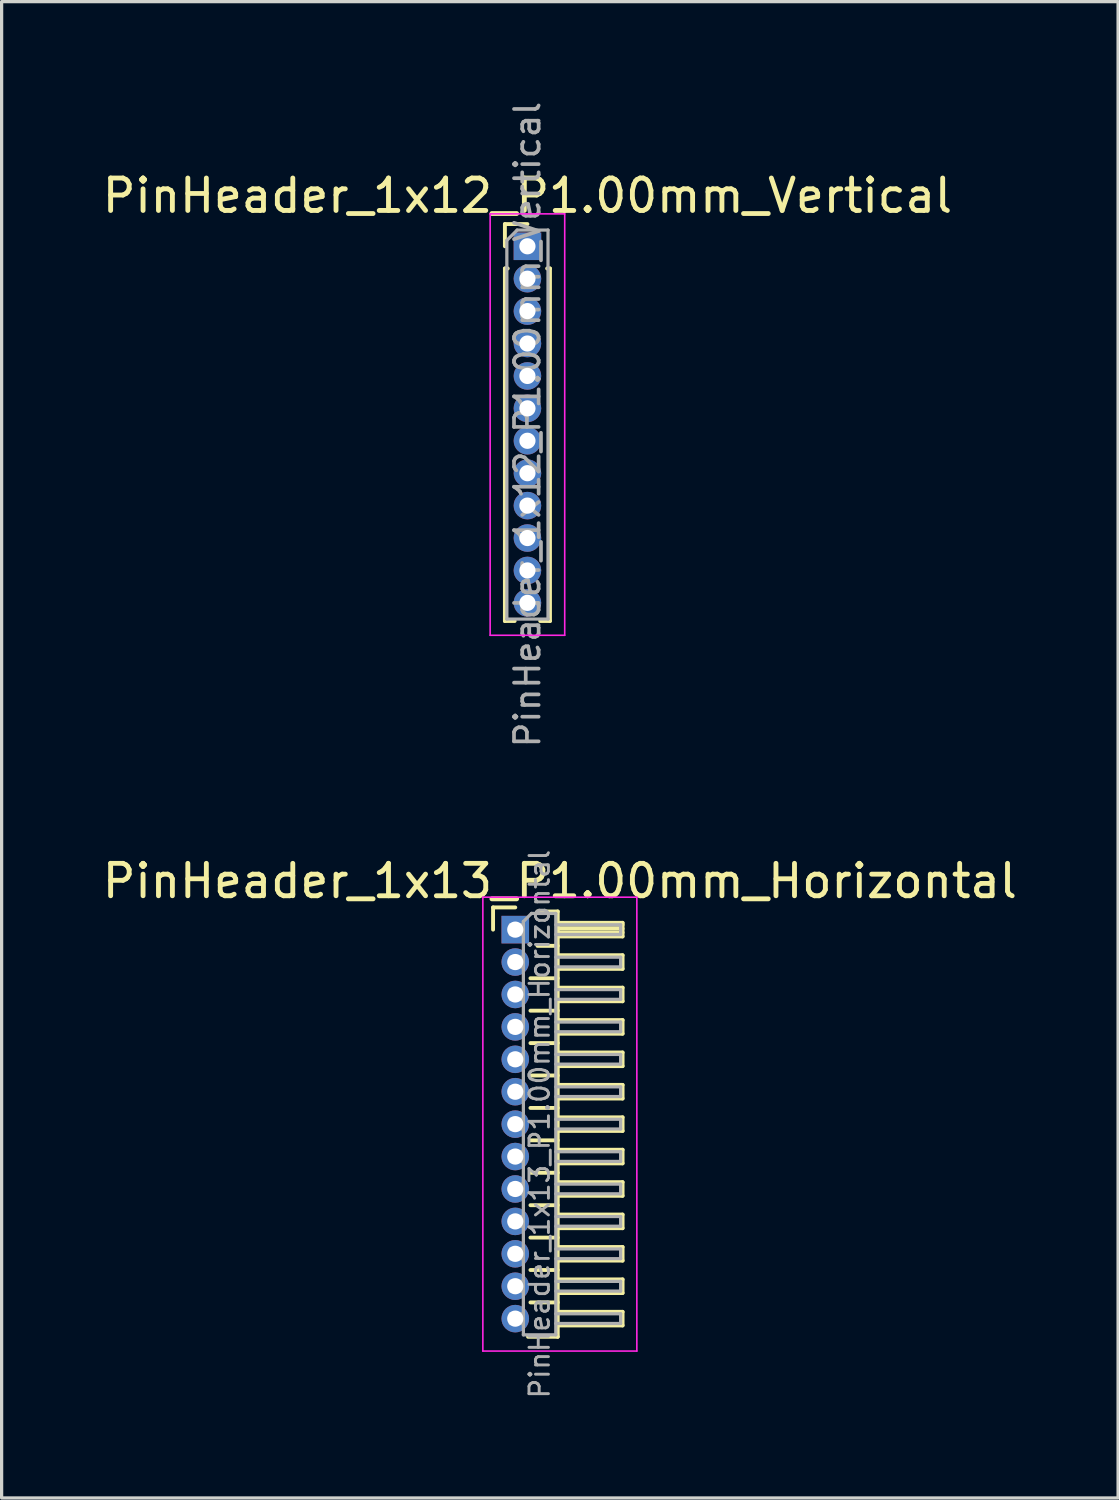
<source format=kicad_pcb>
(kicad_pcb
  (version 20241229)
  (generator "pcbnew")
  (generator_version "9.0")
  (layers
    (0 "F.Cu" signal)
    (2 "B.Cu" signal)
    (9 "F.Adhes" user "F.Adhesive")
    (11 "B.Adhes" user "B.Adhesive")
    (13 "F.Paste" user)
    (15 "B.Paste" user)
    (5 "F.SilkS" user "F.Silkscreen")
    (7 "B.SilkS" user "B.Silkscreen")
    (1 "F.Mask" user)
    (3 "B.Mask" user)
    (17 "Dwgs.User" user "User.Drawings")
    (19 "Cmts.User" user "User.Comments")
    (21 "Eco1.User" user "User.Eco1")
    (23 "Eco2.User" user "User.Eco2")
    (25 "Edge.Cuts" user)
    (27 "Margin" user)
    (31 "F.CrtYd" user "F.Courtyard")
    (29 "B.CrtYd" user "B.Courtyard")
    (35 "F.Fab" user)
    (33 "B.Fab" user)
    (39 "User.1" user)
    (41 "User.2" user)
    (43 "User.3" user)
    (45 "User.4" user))
  (footprint "PinHeader_1x12_P1.00mm_Vertical"
    (layer "F.Cu")
    (at 13.22 4.547)
    (property "Reference" "PinHeader_1x12_P1.00mm_Vertical" (at 0 -1.56 0) (layer "F.SilkS") (effects (font (size 1 1) (thickness 0.15))))
    (attr through_hole)
    (fp_line (start -0.695 -0.685) (end 0 -0.685) (stroke (width 0.12) (type solid)) (layer "F.SilkS"))
    (fp_line (start -0.695 0) (end -0.695 -0.685) (stroke (width 0.12) (type solid)) (layer "F.SilkS"))
    (fp_line (start -0.695 0.685) (end -0.695 11.56) (stroke (width 0.12) (type solid)) (layer "F.SilkS"))
    (fp_line (start -0.695 0.685) (end -0.608 0.685) (stroke (width 0.12) (type solid)) (layer "F.SilkS"))
    (fp_line (start -0.695 11.56) (end -0.394 11.56) (stroke (width 0.12) (type solid)) (layer "F.SilkS"))
    (fp_line (start 0.394 11.56) (end 0.695 11.56) (stroke (width 0.12) (type solid)) (layer "F.SilkS"))
    (fp_line (start 0.608 0.685) (end 0.695 0.685) (stroke (width 0.12) (type solid)) (layer "F.SilkS"))
    (fp_line (start 0.695 0.685) (end 0.695 11.56) (stroke (width 0.12) (type solid)) (layer "F.SilkS"))
    (fp_line (start -1.15 -1) (end -1.15 12) (stroke (width 0.05) (type solid)) (layer "F.CrtYd"))
    (fp_line (start -1.15 12) (end 1.15 12) (stroke (width 0.05) (type solid)) (layer "F.CrtYd"))
    (fp_line (start 1.15 -1) (end -1.15 -1) (stroke (width 0.05) (type solid)) (layer "F.CrtYd"))
    (fp_line (start 1.15 12) (end 1.15 -1) (stroke (width 0.05) (type solid)) (layer "F.CrtYd"))
    (fp_line (start -0.635 -0.182) (end -0.318 -0.5) (stroke (width 0.1) (type solid)) (layer "F.Fab"))
    (fp_line (start -0.635 11.5) (end -0.635 -0.182) (stroke (width 0.1) (type solid)) (layer "F.Fab"))
    (fp_line (start -0.318 -0.5) (end 0.635 -0.5) (stroke (width 0.1) (type solid)) (layer "F.Fab"))
    (fp_line (start 0.635 -0.5) (end 0.635 11.5) (stroke (width 0.1) (type solid)) (layer "F.Fab"))
    (fp_line (start 0.635 11.5) (end -0.635 11.5) (stroke (width 0.1) (type solid)) (layer "F.Fab"))
    (fp_text user "${REFERENCE}" (at 0 5.5 90) (layer "F.Fab") (effects (font (size 0.76 0.76) (thickness 0.114))))
    (pad "1" thru_hole rect (at 0 0) (size 0.85 0.85) (drill 0.5) (layers "*.Cu" "*.Mask"))
    (pad "2" thru_hole oval (at 0 1) (size 0.85 0.85) (drill 0.5) (layers "*.Cu" "*.Mask"))
    (pad "3" thru_hole oval (at 0 2) (size 0.85 0.85) (drill 0.5) (layers "*.Cu" "*.Mask"))
    (pad "4" thru_hole oval (at 0 3) (size 0.85 0.85) (drill 0.5) (layers "*.Cu" "*.Mask"))
    (pad "5" thru_hole oval (at 0 4) (size 0.85 0.85) (drill 0.5) (layers "*.Cu" "*.Mask"))
    (pad "6" thru_hole oval (at 0 5) (size 0.85 0.85) (drill 0.5) (layers "*.Cu" "*.Mask"))
    (pad "7" thru_hole oval (at 0 6) (size 0.85 0.85) (drill 0.5) (layers "*.Cu" "*.Mask"))
    (pad "8" thru_hole oval (at 0 7) (size 0.85 0.85) (drill 0.5) (layers "*.Cu" "*.Mask"))
    (pad "9" thru_hole oval (at 0 8) (size 0.85 0.85) (drill 0.5) (layers "*.Cu" "*.Mask"))
    (pad "10" thru_hole oval (at 0 9) (size 0.85 0.85) (drill 0.5) (layers "*.Cu" "*.Mask"))
    (pad "11" thru_hole oval (at 0 10) (size 0.85 0.85) (drill 0.5) (layers "*.Cu" "*.Mask"))
    (pad "12" thru_hole oval (at 0 11) (size 0.85 0.85) (drill 0.5) (layers "*.Cu" "*.Mask")))
  (footprint "PinHeader_1x13_P1.00mm_Horizontal"
    (layer "F.Cu")
    (at 12.845 25.627)
    (property "Reference" "PinHeader_1x13_P1.00mm_Horizontal" (at 1.375 -1.5 0) (layer "F.SilkS") (effects (font (size 1 1) (thickness 0.15))))
    (attr through_hole)
    (fp_line (start -0.685 -0.685) (end 0 -0.685) (stroke (width 0.12) (type solid)) (layer "F.SilkS"))
    (fp_line (start -0.685 0) (end -0.685 -0.685) (stroke (width 0.12) (type solid)) (layer "F.SilkS"))
    (fp_line (start 0.468 1.5) (end 1.31 1.5) (stroke (width 0.12) (type solid)) (layer "F.SilkS"))
    (fp_line (start 0.468 2.5) (end 1.31 2.5) (stroke (width 0.12) (type solid)) (layer "F.SilkS"))
    (fp_line (start 0.468 3.5) (end 1.31 3.5) (stroke (width 0.12) (type solid)) (layer "F.SilkS"))
    (fp_line (start 0.468 4.5) (end 1.31 4.5) (stroke (width 0.12) (type solid)) (layer "F.SilkS"))
    (fp_line (start 0.468 5.5) (end 1.31 5.5) (stroke (width 0.12) (type solid)) (layer "F.SilkS"))
    (fp_line (start 0.468 6.5) (end 1.31 6.5) (stroke (width 0.12) (type solid)) (layer "F.SilkS"))
    (fp_line (start 0.468 7.5) (end 1.31 7.5) (stroke (width 0.12) (type solid)) (layer "F.SilkS"))
    (fp_line (start 0.468 8.5) (end 1.31 8.5) (stroke (width 0.12) (type solid)) (layer "F.SilkS"))
    (fp_line (start 0.468 9.5) (end 1.31 9.5) (stroke (width 0.12) (type solid)) (layer "F.SilkS"))
    (fp_line (start 0.468 10.5) (end 1.31 10.5) (stroke (width 0.12) (type solid)) (layer "F.SilkS"))
    (fp_line (start 0.468 11.5) (end 1.31 11.5) (stroke (width 0.12) (type solid)) (layer "F.SilkS"))
    (fp_line (start 0.685 -0.56) (end 1.31 -0.56) (stroke (width 0.12) (type solid)) (layer "F.SilkS"))
    (fp_line (start 0.685 0.5) (end 1.31 0.5) (stroke (width 0.12) (type solid)) (layer "F.SilkS"))
    (fp_line (start 1.31 -0.56) (end 1.31 12.56) (stroke (width 0.12) (type solid)) (layer "F.SilkS"))
    (fp_line (start 1.31 -0.21) (end 3.31 -0.21) (stroke (width 0.12) (type solid)) (layer "F.SilkS"))
    (fp_line (start 1.31 -0.15) (end 3.31 -0.15) (stroke (width 0.12) (type solid)) (layer "F.SilkS"))
    (fp_line (start 1.31 -0.03) (end 3.31 -0.03) (stroke (width 0.12) (type solid)) (layer "F.SilkS"))
    (fp_line (start 1.31 0.09) (end 3.31 0.09) (stroke (width 0.12) (type solid)) (layer "F.SilkS"))
    (fp_line (start 1.31 0.79) (end 3.31 0.79) (stroke (width 0.12) (type solid)) (layer "F.SilkS"))
    (fp_line (start 1.31 1.79) (end 3.31 1.79) (stroke (width 0.12) (type solid)) (layer "F.SilkS"))
    (fp_line (start 1.31 2.79) (end 3.31 2.79) (stroke (width 0.12) (type solid)) (layer "F.SilkS"))
    (fp_line (start 1.31 3.79) (end 3.31 3.79) (stroke (width 0.12) (type solid)) (layer "F.SilkS"))
    (fp_line (start 1.31 4.79) (end 3.31 4.79) (stroke (width 0.12) (type solid)) (layer "F.SilkS"))
    (fp_line (start 1.31 5.79) (end 3.31 5.79) (stroke (width 0.12) (type solid)) (layer "F.SilkS"))
    (fp_line (start 1.31 6.79) (end 3.31 6.79) (stroke (width 0.12) (type solid)) (layer "F.SilkS"))
    (fp_line (start 1.31 7.79) (end 3.31 7.79) (stroke (width 0.12) (type solid)) (layer "F.SilkS"))
    (fp_line (start 1.31 8.79) (end 3.31 8.79) (stroke (width 0.12) (type solid)) (layer "F.SilkS"))
    (fp_line (start 1.31 9.79) (end 3.31 9.79) (stroke (width 0.12) (type solid)) (layer "F.SilkS"))
    (fp_line (start 1.31 10.79) (end 3.31 10.79) (stroke (width 0.12) (type solid)) (layer "F.SilkS"))
    (fp_line (start 1.31 11.79) (end 3.31 11.79) (stroke (width 0.12) (type solid)) (layer "F.SilkS"))
    (fp_line (start 1.31 12.56) (end 0.394 12.56) (stroke (width 0.12) (type solid)) (layer "F.SilkS"))
    (fp_line (start 3.31 -0.21) (end 3.31 0.21) (stroke (width 0.12) (type solid)) (layer "F.SilkS"))
    (fp_line (start 3.31 0.21) (end 1.31 0.21) (stroke (width 0.12) (type solid)) (layer "F.SilkS"))
    (fp_line (start 3.31 0.79) (end 3.31 1.21) (stroke (width 0.12) (type solid)) (layer "F.SilkS"))
    (fp_line (start 3.31 1.21) (end 1.31 1.21) (stroke (width 0.12) (type solid)) (layer "F.SilkS"))
    (fp_line (start 3.31 1.79) (end 3.31 2.21) (stroke (width 0.12) (type solid)) (layer "F.SilkS"))
    (fp_line (start 3.31 2.21) (end 1.31 2.21) (stroke (width 0.12) (type solid)) (layer "F.SilkS"))
    (fp_line (start 3.31 2.79) (end 3.31 3.21) (stroke (width 0.12) (type solid)) (layer "F.SilkS"))
    (fp_line (start 3.31 3.21) (end 1.31 3.21) (stroke (width 0.12) (type solid)) (layer "F.SilkS"))
    (fp_line (start 3.31 3.79) (end 3.31 4.21) (stroke (width 0.12) (type solid)) (layer "F.SilkS"))
    (fp_line (start 3.31 4.21) (end 1.31 4.21) (stroke (width 0.12) (type solid)) (layer "F.SilkS"))
    (fp_line (start 3.31 4.79) (end 3.31 5.21) (stroke (width 0.12) (type solid)) (layer "F.SilkS"))
    (fp_line (start 3.31 5.21) (end 1.31 5.21) (stroke (width 0.12) (type solid)) (layer "F.SilkS"))
    (fp_line (start 3.31 5.79) (end 3.31 6.21) (stroke (width 0.12) (type solid)) (layer "F.SilkS"))
    (fp_line (start 3.31 6.21) (end 1.31 6.21) (stroke (width 0.12) (type solid)) (layer "F.SilkS"))
    (fp_line (start 3.31 6.79) (end 3.31 7.21) (stroke (width 0.12) (type solid)) (layer "F.SilkS"))
    (fp_line (start 3.31 7.21) (end 1.31 7.21) (stroke (width 0.12) (type solid)) (layer "F.SilkS"))
    (fp_line (start 3.31 7.79) (end 3.31 8.21) (stroke (width 0.12) (type solid)) (layer "F.SilkS"))
    (fp_line (start 3.31 8.21) (end 1.31 8.21) (stroke (width 0.12) (type solid)) (layer "F.SilkS"))
    (fp_line (start 3.31 8.79) (end 3.31 9.21) (stroke (width 0.12) (type solid)) (layer "F.SilkS"))
    (fp_line (start 3.31 9.21) (end 1.31 9.21) (stroke (width 0.12) (type solid)) (layer "F.SilkS"))
    (fp_line (start 3.31 9.79) (end 3.31 10.21) (stroke (width 0.12) (type solid)) (layer "F.SilkS"))
    (fp_line (start 3.31 10.21) (end 1.31 10.21) (stroke (width 0.12) (type solid)) (layer "F.SilkS"))
    (fp_line (start 3.31 10.79) (end 3.31 11.21) (stroke (width 0.12) (type solid)) (layer "F.SilkS"))
    (fp_line (start 3.31 11.21) (end 1.31 11.21) (stroke (width 0.12) (type solid)) (layer "F.SilkS"))
    (fp_line (start 3.31 11.79) (end 3.31 12.21) (stroke (width 0.12) (type solid)) (layer "F.SilkS"))
    (fp_line (start 3.31 12.21) (end 1.31 12.21) (stroke (width 0.12) (type solid)) (layer "F.SilkS"))
    (fp_line (start -1 -1) (end -1 13) (stroke (width 0.05) (type solid)) (layer "F.CrtYd"))
    (fp_line (start -1 13) (end 3.75 13) (stroke (width 0.05) (type solid)) (layer "F.CrtYd"))
    (fp_line (start 3.75 -1) (end -1 -1) (stroke (width 0.05) (type solid)) (layer "F.CrtYd"))
    (fp_line (start 3.75 13) (end 3.75 -1) (stroke (width 0.05) (type solid)) (layer "F.CrtYd"))
    (fp_line (start -0.15 -0.15) (end -0.15 0.15) (stroke (width 0.1) (type solid)) (layer "F.Fab"))
    (fp_line (start -0.15 -0.15) (end 0.25 -0.15) (stroke (width 0.1) (type solid)) (layer "F.Fab"))
    (fp_line (start -0.15 0.15) (end 0.25 0.15) (stroke (width 0.1) (type solid)) (layer "F.Fab"))
    (fp_line (start -0.15 0.85) (end -0.15 1.15) (stroke (width 0.1) (type solid)) (layer "F.Fab"))
    (fp_line (start -0.15 0.85) (end 0.25 0.85) (stroke (width 0.1) (type solid)) (layer "F.Fab"))
    (fp_line (start -0.15 1.15) (end 0.25 1.15) (stroke (width 0.1) (type solid)) (layer "F.Fab"))
    (fp_line (start -0.15 1.85) (end -0.15 2.15) (stroke (width 0.1) (type solid)) (layer "F.Fab"))
    (fp_line (start -0.15 1.85) (end 0.25 1.85) (stroke (width 0.1) (type solid)) (layer "F.Fab"))
    (fp_line (start -0.15 2.15) (end 0.25 2.15) (stroke (width 0.1) (type solid)) (layer "F.Fab"))
    (fp_line (start -0.15 2.85) (end -0.15 3.15) (stroke (width 0.1) (type solid)) (layer "F.Fab"))
    (fp_line (start -0.15 2.85) (end 0.25 2.85) (stroke (width 0.1) (type solid)) (layer "F.Fab"))
    (fp_line (start -0.15 3.15) (end 0.25 3.15) (stroke (width 0.1) (type solid)) (layer "F.Fab"))
    (fp_line (start -0.15 3.85) (end -0.15 4.15) (stroke (width 0.1) (type solid)) (layer "F.Fab"))
    (fp_line (start -0.15 3.85) (end 0.25 3.85) (stroke (width 0.1) (type solid)) (layer "F.Fab"))
    (fp_line (start -0.15 4.15) (end 0.25 4.15) (stroke (width 0.1) (type solid)) (layer "F.Fab"))
    (fp_line (start -0.15 4.85) (end -0.15 5.15) (stroke (width 0.1) (type solid)) (layer "F.Fab"))
    (fp_line (start -0.15 4.85) (end 0.25 4.85) (stroke (width 0.1) (type solid)) (layer "F.Fab"))
    (fp_line (start -0.15 5.15) (end 0.25 5.15) (stroke (width 0.1) (type solid)) (layer "F.Fab"))
    (fp_line (start -0.15 5.85) (end -0.15 6.15) (stroke (width 0.1) (type solid)) (layer "F.Fab"))
    (fp_line (start -0.15 5.85) (end 0.25 5.85) (stroke (width 0.1) (type solid)) (layer "F.Fab"))
    (fp_line (start -0.15 6.15) (end 0.25 6.15) (stroke (width 0.1) (type solid)) (layer "F.Fab"))
    (fp_line (start -0.15 6.85) (end -0.15 7.15) (stroke (width 0.1) (type solid)) (layer "F.Fab"))
    (fp_line (start -0.15 6.85) (end 0.25 6.85) (stroke (width 0.1) (type solid)) (layer "F.Fab"))
    (fp_line (start -0.15 7.15) (end 0.25 7.15) (stroke (width 0.1) (type solid)) (layer "F.Fab"))
    (fp_line (start -0.15 7.85) (end -0.15 8.15) (stroke (width 0.1) (type solid)) (layer "F.Fab"))
    (fp_line (start -0.15 7.85) (end 0.25 7.85) (stroke (width 0.1) (type solid)) (layer "F.Fab"))
    (fp_line (start -0.15 8.15) (end 0.25 8.15) (stroke (width 0.1) (type solid)) (layer "F.Fab"))
    (fp_line (start -0.15 8.85) (end -0.15 9.15) (stroke (width 0.1) (type solid)) (layer "F.Fab"))
    (fp_line (start -0.15 8.85) (end 0.25 8.85) (stroke (width 0.1) (type solid)) (layer "F.Fab"))
    (fp_line (start -0.15 9.15) (end 0.25 9.15) (stroke (width 0.1) (type solid)) (layer "F.Fab"))
    (fp_line (start -0.15 9.85) (end -0.15 10.15) (stroke (width 0.1) (type solid)) (layer "F.Fab"))
    (fp_line (start -0.15 9.85) (end 0.25 9.85) (stroke (width 0.1) (type solid)) (layer "F.Fab"))
    (fp_line (start -0.15 10.15) (end 0.25 10.15) (stroke (width 0.1) (type solid)) (layer "F.Fab"))
    (fp_line (start -0.15 10.85) (end -0.15 11.15) (stroke (width 0.1) (type solid)) (layer "F.Fab"))
    (fp_line (start -0.15 10.85) (end 0.25 10.85) (stroke (width 0.1) (type solid)) (layer "F.Fab"))
    (fp_line (start -0.15 11.15) (end 0.25 11.15) (stroke (width 0.1) (type solid)) (layer "F.Fab"))
    (fp_line (start -0.15 11.85) (end -0.15 12.15) (stroke (width 0.1) (type solid)) (layer "F.Fab"))
    (fp_line (start -0.15 11.85) (end 0.25 11.85) (stroke (width 0.1) (type solid)) (layer "F.Fab"))
    (fp_line (start -0.15 12.15) (end 0.25 12.15) (stroke (width 0.1) (type solid)) (layer "F.Fab"))
    (fp_line (start 0.25 -0.25) (end 0.5 -0.5) (stroke (width 0.1) (type solid)) (layer "F.Fab"))
    (fp_line (start 0.25 12.5) (end 0.25 -0.25) (stroke (width 0.1) (type solid)) (layer "F.Fab"))
    (fp_line (start 0.5 -0.5) (end 1.25 -0.5) (stroke (width 0.1) (type solid)) (layer "F.Fab"))
    (fp_line (start 1.25 -0.5) (end 1.25 12.5) (stroke (width 0.1) (type solid)) (layer "F.Fab"))
    (fp_line (start 1.25 -0.15) (end 3.25 -0.15) (stroke (width 0.1) (type solid)) (layer "F.Fab"))
    (fp_line (start 1.25 0.15) (end 3.25 0.15) (stroke (width 0.1) (type solid)) (layer "F.Fab"))
    (fp_line (start 1.25 0.85) (end 3.25 0.85) (stroke (width 0.1) (type solid)) (layer "F.Fab"))
    (fp_line (start 1.25 1.15) (end 3.25 1.15) (stroke (width 0.1) (type solid)) (layer "F.Fab"))
    (fp_line (start 1.25 1.85) (end 3.25 1.85) (stroke (width 0.1) (type solid)) (layer "F.Fab"))
    (fp_line (start 1.25 2.15) (end 3.25 2.15) (stroke (width 0.1) (type solid)) (layer "F.Fab"))
    (fp_line (start 1.25 2.85) (end 3.25 2.85) (stroke (width 0.1) (type solid)) (layer "F.Fab"))
    (fp_line (start 1.25 3.15) (end 3.25 3.15) (stroke (width 0.1) (type solid)) (layer "F.Fab"))
    (fp_line (start 1.25 3.85) (end 3.25 3.85) (stroke (width 0.1) (type solid)) (layer "F.Fab"))
    (fp_line (start 1.25 4.15) (end 3.25 4.15) (stroke (width 0.1) (type solid)) (layer "F.Fab"))
    (fp_line (start 1.25 4.85) (end 3.25 4.85) (stroke (width 0.1) (type solid)) (layer "F.Fab"))
    (fp_line (start 1.25 5.15) (end 3.25 5.15) (stroke (width 0.1) (type solid)) (layer "F.Fab"))
    (fp_line (start 1.25 5.85) (end 3.25 5.85) (stroke (width 0.1) (type solid)) (layer "F.Fab"))
    (fp_line (start 1.25 6.15) (end 3.25 6.15) (stroke (width 0.1) (type solid)) (layer "F.Fab"))
    (fp_line (start 1.25 6.85) (end 3.25 6.85) (stroke (width 0.1) (type solid)) (layer "F.Fab"))
    (fp_line (start 1.25 7.15) (end 3.25 7.15) (stroke (width 0.1) (type solid)) (layer "F.Fab"))
    (fp_line (start 1.25 7.85) (end 3.25 7.85) (stroke (width 0.1) (type solid)) (layer "F.Fab"))
    (fp_line (start 1.25 8.15) (end 3.25 8.15) (stroke (width 0.1) (type solid)) (layer "F.Fab"))
    (fp_line (start 1.25 8.85) (end 3.25 8.85) (stroke (width 0.1) (type solid)) (layer "F.Fab"))
    (fp_line (start 1.25 9.15) (end 3.25 9.15) (stroke (width 0.1) (type solid)) (layer "F.Fab"))
    (fp_line (start 1.25 9.85) (end 3.25 9.85) (stroke (width 0.1) (type solid)) (layer "F.Fab"))
    (fp_line (start 1.25 10.15) (end 3.25 10.15) (stroke (width 0.1) (type solid)) (layer "F.Fab"))
    (fp_line (start 1.25 10.85) (end 3.25 10.85) (stroke (width 0.1) (type solid)) (layer "F.Fab"))
    (fp_line (start 1.25 11.15) (end 3.25 11.15) (stroke (width 0.1) (type solid)) (layer "F.Fab"))
    (fp_line (start 1.25 11.85) (end 3.25 11.85) (stroke (width 0.1) (type solid)) (layer "F.Fab"))
    (fp_line (start 1.25 12.15) (end 3.25 12.15) (stroke (width 0.1) (type solid)) (layer "F.Fab"))
    (fp_line (start 1.25 12.5) (end 0.25 12.5) (stroke (width 0.1) (type solid)) (layer "F.Fab"))
    (fp_line (start 3.25 -0.15) (end 3.25 0.15) (stroke (width 0.1) (type solid)) (layer "F.Fab"))
    (fp_line (start 3.25 0.85) (end 3.25 1.15) (stroke (width 0.1) (type solid)) (layer "F.Fab"))
    (fp_line (start 3.25 1.85) (end 3.25 2.15) (stroke (width 0.1) (type solid)) (layer "F.Fab"))
    (fp_line (start 3.25 2.85) (end 3.25 3.15) (stroke (width 0.1) (type solid)) (layer "F.Fab"))
    (fp_line (start 3.25 3.85) (end 3.25 4.15) (stroke (width 0.1) (type solid)) (layer "F.Fab"))
    (fp_line (start 3.25 4.85) (end 3.25 5.15) (stroke (width 0.1) (type solid)) (layer "F.Fab"))
    (fp_line (start 3.25 5.85) (end 3.25 6.15) (stroke (width 0.1) (type solid)) (layer "F.Fab"))
    (fp_line (start 3.25 6.85) (end 3.25 7.15) (stroke (width 0.1) (type solid)) (layer "F.Fab"))
    (fp_line (start 3.25 7.85) (end 3.25 8.15) (stroke (width 0.1) (type solid)) (layer "F.Fab"))
    (fp_line (start 3.25 8.85) (end 3.25 9.15) (stroke (width 0.1) (type solid)) (layer "F.Fab"))
    (fp_line (start 3.25 9.85) (end 3.25 10.15) (stroke (width 0.1) (type solid)) (layer "F.Fab"))
    (fp_line (start 3.25 10.85) (end 3.25 11.15) (stroke (width 0.1) (type solid)) (layer "F.Fab"))
    (fp_line (start 3.25 11.85) (end 3.25 12.15) (stroke (width 0.1) (type solid)) (layer "F.Fab"))
    (fp_text user "${REFERENCE}" (at 0.75 6 90) (layer "F.Fab") (effects (font (size 0.6 0.6) (thickness 0.09))))
    (pad "1" thru_hole rect (at 0 0) (size 0.85 0.85) (drill 0.5) (layers "*.Cu" "*.Mask"))
    (pad "2" thru_hole oval (at 0 1) (size 0.85 0.85) (drill 0.5) (layers "*.Cu" "*.Mask"))
    (pad "3" thru_hole oval (at 0 2) (size 0.85 0.85) (drill 0.5) (layers "*.Cu" "*.Mask"))
    (pad "4" thru_hole oval (at 0 3) (size 0.85 0.85) (drill 0.5) (layers "*.Cu" "*.Mask"))
    (pad "5" thru_hole oval (at 0 4) (size 0.85 0.85) (drill 0.5) (layers "*.Cu" "*.Mask"))
    (pad "6" thru_hole oval (at 0 5) (size 0.85 0.85) (drill 0.5) (layers "*.Cu" "*.Mask"))
    (pad "7" thru_hole oval (at 0 6) (size 0.85 0.85) (drill 0.5) (layers "*.Cu" "*.Mask"))
    (pad "8" thru_hole oval (at 0 7) (size 0.85 0.85) (drill 0.5) (layers "*.Cu" "*.Mask"))
    (pad "9" thru_hole oval (at 0 8) (size 0.85 0.85) (drill 0.5) (layers "*.Cu" "*.Mask"))
    (pad "10" thru_hole oval (at 0 9) (size 0.85 0.85) (drill 0.5) (layers "*.Cu" "*.Mask"))
    (pad "11" thru_hole oval (at 0 10) (size 0.85 0.85) (drill 0.5) (layers "*.Cu" "*.Mask"))
    (pad "12" thru_hole oval (at 0 11) (size 0.85 0.85) (drill 0.5) (layers "*.Cu" "*.Mask"))
    (pad "13" thru_hole oval (at 0 12) (size 0.85 0.85) (drill 0.5) (layers "*.Cu" "*.Mask")))
  (gr_rect
    (start -3 -3)
    (end 31.44 43.159)
    (stroke (width 0.1) (type default))
    (fill no)
    (layer "Edge.Cuts")))
</source>
